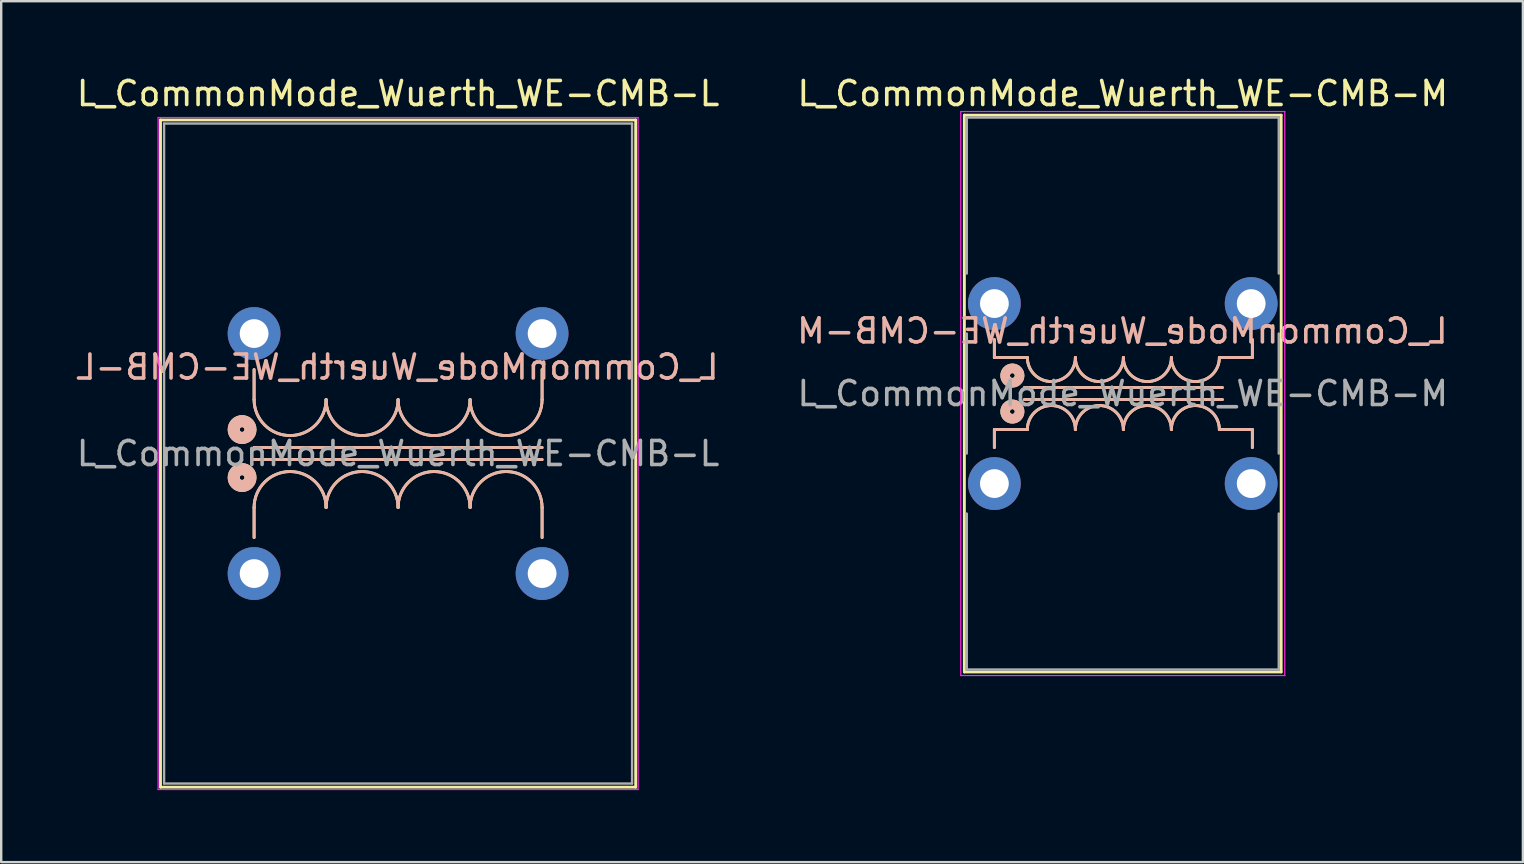
<source format=kicad_pcb>
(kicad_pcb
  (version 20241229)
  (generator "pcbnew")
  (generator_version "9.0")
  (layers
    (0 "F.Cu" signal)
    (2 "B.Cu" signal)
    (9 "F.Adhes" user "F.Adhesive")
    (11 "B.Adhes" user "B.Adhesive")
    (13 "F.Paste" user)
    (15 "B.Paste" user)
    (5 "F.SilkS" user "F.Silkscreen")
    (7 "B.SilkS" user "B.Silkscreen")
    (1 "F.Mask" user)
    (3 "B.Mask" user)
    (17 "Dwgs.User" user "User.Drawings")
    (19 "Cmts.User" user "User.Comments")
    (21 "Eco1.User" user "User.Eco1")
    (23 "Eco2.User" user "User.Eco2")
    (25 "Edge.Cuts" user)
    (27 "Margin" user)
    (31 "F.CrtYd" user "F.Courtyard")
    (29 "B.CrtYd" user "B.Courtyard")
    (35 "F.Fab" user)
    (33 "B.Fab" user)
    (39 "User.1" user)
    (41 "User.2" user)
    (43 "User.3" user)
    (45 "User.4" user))
  (footprint "L_CommonMode_Wuerth_WE-CMB-M"
    (layer "F.Cu")
    (at 38.382 9.598)
    (property "Reference" "L_CommonMode_Wuerth_WE-CMB-M" (at 5.35 -8.75 0) (layer "F.SilkS") (effects (font (size 1 1) (thickness 0.15))))
    (fp_line (start -1.25 -7.85) (end 11.95 -7.85) (stroke (width 0.12) (type solid)) (layer "F.SilkS"))
    (fp_line (start -1.25 15.35) (end -1.25 -7.85) (stroke (width 0.12) (type solid)) (layer "F.SilkS"))
    (fp_line (start 0 1.5) (end 0 2.25) (stroke (width 0.12) (type solid)) (layer "F.SilkS"))
    (fp_line (start 0 2.25) (end 1.375 2.25) (stroke (width 0.12) (type solid)) (layer "F.SilkS"))
    (fp_line (start 0 6) (end 0 5.25) (stroke (width 0.12) (type solid)) (layer "F.SilkS"))
    (fp_line (start 1.25 3.5) (end 9.5 3.5) (stroke (width 0.12) (type solid)) (layer "F.SilkS"))
    (fp_line (start 1.375 5.25) (end 0 5.25) (stroke (width 0.12) (type solid)) (layer "F.SilkS"))
    (fp_line (start 9.375 2.25) (end 10.75 2.25) (stroke (width 0.12) (type solid)) (layer "F.SilkS"))
    (fp_line (start 9.5 4) (end 1.25 4) (stroke (width 0.12) (type solid)) (layer "F.SilkS"))
    (fp_line (start 10.75 1.5) (end 10.75 2.25) (stroke (width 0.12) (type solid)) (layer "F.SilkS"))
    (fp_line (start 10.75 5.25) (end 9.375 5.25) (stroke (width 0.12) (type solid)) (layer "F.SilkS"))
    (fp_line (start 10.75 6) (end 10.75 5.25) (stroke (width 0.12) (type solid)) (layer "F.SilkS"))
    (fp_line (start 11.95 -7.85) (end 11.95 15.35) (stroke (width 0.12) (type solid)) (layer "F.SilkS"))
    (fp_line (start 11.95 15.35) (end -1.25 15.35) (stroke (width 0.12) (type solid)) (layer "F.SilkS"))
    (fp_arc (start 1.375 5.25) (mid 2.375 4.25) (end 3.375 5.25) (stroke (width 0.12) (type solid)) (layer "F.SilkS"))
    (fp_arc (start 3.375 2.25) (mid 2.375 3.25) (end 1.375 2.25) (stroke (width 0.12) (type solid)) (layer "F.SilkS"))
    (fp_arc (start 3.375 5.25) (mid 4.375 4.25) (end 5.375 5.25) (stroke (width 0.12) (type solid)) (layer "F.SilkS"))
    (fp_arc (start 5.375 2.25) (mid 4.375 3.25) (end 3.375 2.25) (stroke (width 0.12) (type solid)) (layer "F.SilkS"))
    (fp_arc (start 5.375 5.25) (mid 6.375 4.25) (end 7.375 5.25) (stroke (width 0.12) (type solid)) (layer "F.SilkS"))
    (fp_arc (start 7.375 2.25) (mid 6.375 3.25) (end 5.375 2.25) (stroke (width 0.12) (type solid)) (layer "F.SilkS"))
    (fp_arc (start 7.375 5.25) (mid 8.375 4.25) (end 9.375 5.25) (stroke (width 0.12) (type solid)) (layer "F.SilkS"))
    (fp_arc (start 9.375 2.25) (mid 8.375 3.25) (end 7.375 2.25) (stroke (width 0.12) (type solid)) (layer "F.SilkS"))
    (fp_circle (center 0.75 3) (end 0.85 3) (stroke (width 0.4) (type solid)) (fill no) (layer "F.SilkS"))
    (fp_circle (center 0.75 4.5) (end 0.85 4.5) (stroke (width 0.4) (type solid)) (fill no) (layer "F.SilkS"))
    (fp_line (start 0 1.5) (end 0 2.25) (stroke (width 0.12) (type solid)) (layer "B.SilkS"))
    (fp_line (start 0 5.25) (end 1.375 5.25) (stroke (width 0.12) (type solid)) (layer "B.SilkS"))
    (fp_line (start 0 6) (end 0 5.25) (stroke (width 0.12) (type solid)) (layer "B.SilkS"))
    (fp_line (start 1.25 4) (end 9.5 4) (stroke (width 0.12) (type solid)) (layer "B.SilkS"))
    (fp_line (start 1.375 2.25) (end 0 2.25) (stroke (width 0.12) (type solid)) (layer "B.SilkS"))
    (fp_line (start 9.375 5.25) (end 10.75 5.25) (stroke (width 0.12) (type solid)) (layer "B.SilkS"))
    (fp_line (start 9.5 3.5) (end 1.25 3.5) (stroke (width 0.12) (type solid)) (layer "B.SilkS"))
    (fp_line (start 10.75 1.5) (end 10.75 2.25) (stroke (width 0.12) (type solid)) (layer "B.SilkS"))
    (fp_line (start 10.75 2.25) (end 9.375 2.25) (stroke (width 0.12) (type solid)) (layer "B.SilkS"))
    (fp_line (start 10.75 6) (end 10.75 5.25) (stroke (width 0.12) (type solid)) (layer "B.SilkS"))
    (fp_arc (start 1.375 5.25) (mid 2.375 4.25) (end 3.375 5.25) (stroke (width 0.12) (type solid)) (layer "B.SilkS"))
    (fp_arc (start 3.375 2.25) (mid 2.375 3.25) (end 1.375 2.25) (stroke (width 0.12) (type solid)) (layer "B.SilkS"))
    (fp_arc (start 3.375 5.25) (mid 4.375 4.25) (end 5.375 5.25) (stroke (width 0.12) (type solid)) (layer "B.SilkS"))
    (fp_arc (start 5.375 2.25) (mid 4.375 3.25) (end 3.375 2.25) (stroke (width 0.12) (type solid)) (layer "B.SilkS"))
    (fp_arc (start 5.375 5.25) (mid 6.375 4.25) (end 7.375 5.25) (stroke (width 0.12) (type solid)) (layer "B.SilkS"))
    (fp_arc (start 7.375 2.25) (mid 6.375 3.25) (end 5.375 2.25) (stroke (width 0.12) (type solid)) (layer "B.SilkS"))
    (fp_arc (start 7.375 5.25) (mid 8.375 4.25) (end 9.375 5.25) (stroke (width 0.12) (type solid)) (layer "B.SilkS"))
    (fp_arc (start 9.375 2.25) (mid 8.375 3.25) (end 7.375 2.25) (stroke (width 0.12) (type solid)) (layer "B.SilkS"))
    (fp_circle (center 0.75 3) (end 0.85 3) (stroke (width 0.4) (type solid)) (fill no) (layer "B.SilkS"))
    (fp_circle (center 0.75 4.5) (end 0.85 4.5) (stroke (width 0.4) (type solid)) (fill no) (layer "B.SilkS"))
    (fp_line (start -1.4 -8) (end 12.1 -8) (stroke (width 0.05) (type solid)) (layer "F.CrtYd"))
    (fp_line (start -1.4 15.5) (end -1.4 -8) (stroke (width 0.05) (type solid)) (layer "F.CrtYd"))
    (fp_line (start 12.1 -8) (end 12.1 15.5) (stroke (width 0.05) (type solid)) (layer "F.CrtYd"))
    (fp_line (start 12.1 15.5) (end -1.4 15.5) (stroke (width 0.05) (type solid)) (layer "F.CrtYd"))
    (fp_line (start -1.15 -7.75) (end 11.85 -7.75) (stroke (width 0.1) (type solid)) (layer "F.Fab"))
    (fp_line (start -1.15 -1.25) (end -1.15 -7.75) (stroke (width 0.1) (type solid)) (layer "F.Fab"))
    (fp_line (start -1.15 6.25) (end -1.15 1.25) (stroke (width 0.1) (type solid)) (layer "F.Fab"))
    (fp_line (start -1.15 15.25) (end -1.15 8.75) (stroke (width 0.1) (type solid)) (layer "F.Fab"))
    (fp_line (start 11.85 -7.75) (end 11.85 -1.25) (stroke (width 0.1) (type solid)) (layer "F.Fab"))
    (fp_line (start 11.85 1.25) (end 11.85 6.25) (stroke (width 0.1) (type solid)) (layer "F.Fab"))
    (fp_line (start 11.85 8.75) (end 11.85 15.25) (stroke (width 0.1) (type solid)) (layer "F.Fab"))
    (fp_line (start 11.85 15.25) (end -1.15 15.25) (stroke (width 0.1) (type solid)) (layer "F.Fab"))
    (fp_text user "${REFERENCE}" (at 5.334 1.143 0) (layer "B.SilkS") (effects (font (size 1 1) (thickness 0.15)) (justify mirror)))
    (fp_text user "${REFERENCE}" (at 5.35 3.75 0) (layer "F.Fab") (effects (font (size 1 1) (thickness 0.15))))
    (pad "1" thru_hole circle (at 0 0) (size 2.2 2.2) (drill 1.2) (layers "*.Cu" "*.Mask"))
    (pad "2" thru_hole circle (at 10.7 0) (size 2.2 2.2) (drill 1.2) (layers "*.Cu" "*.Mask"))
    (pad "3" thru_hole circle (at 10.7 7.5) (size 2.2 2.2) (drill 1.2) (layers "*.Cu" "*.Mask"))
    (pad "4" thru_hole circle (at 0 7.5) (size 2.2 2.2) (drill 1.2) (layers "*.Cu" "*.Mask")))
  (footprint "L_CommonMode_Wuerth_WE-CMB-L"
    (layer "F.Cu")
    (at 7.537 10.848)
    (property "Reference" "L_CommonMode_Wuerth_WE-CMB-L" (at 6 -10 0) (layer "F.SilkS") (effects (font (size 1 1) (thickness 0.15))))
    (fp_line (start -3.9 18.9) (end -3.9 -8.9) (stroke (width 0.12) (type solid)) (layer "F.SilkS"))
    (fp_line (start -3.9 18.9) (end 15.9 18.9) (stroke (width 0.12) (type solid)) (layer "F.SilkS"))
    (fp_line (start 0 2.75) (end 0 1.5) (stroke (width 0.12) (type solid)) (layer "F.SilkS"))
    (fp_line (start 0 4.75) (end 12 4.75) (stroke (width 0.12) (type solid)) (layer "F.SilkS"))
    (fp_line (start 0 7.25) (end 0 8.5) (stroke (width 0.12) (type solid)) (layer "F.SilkS"))
    (fp_line (start 12 2.75) (end 12 1.5) (stroke (width 0.12) (type solid)) (layer "F.SilkS"))
    (fp_line (start 12 5.25) (end 0 5.25) (stroke (width 0.12) (type solid)) (layer "F.SilkS"))
    (fp_line (start 12 7.25) (end 12 8.5) (stroke (width 0.12) (type solid)) (layer "F.SilkS"))
    (fp_line (start 15.9 -8.9) (end -3.9 -8.9) (stroke (width 0.12) (type solid)) (layer "F.SilkS"))
    (fp_line (start 15.9 18.9) (end 15.9 -8.9) (stroke (width 0.12) (type solid)) (layer "F.SilkS"))
    (fp_arc (start 0 7.25) (mid 1.5 5.75) (end 3 7.25) (stroke (width 0.12) (type solid)) (layer "F.SilkS"))
    (fp_arc (start 3 2.75) (mid 1.5 4.25) (end 0 2.75) (stroke (width 0.12) (type solid)) (layer "F.SilkS"))
    (fp_arc (start 3 7.25) (mid 4.5 5.75) (end 6 7.25) (stroke (width 0.12) (type solid)) (layer "F.SilkS"))
    (fp_arc (start 6 2.75) (mid 4.5 4.25) (end 3 2.75) (stroke (width 0.12) (type solid)) (layer "F.SilkS"))
    (fp_arc (start 6 7.25) (mid 7.5 5.75) (end 9 7.25) (stroke (width 0.12) (type solid)) (layer "F.SilkS"))
    (fp_arc (start 9 2.75) (mid 7.5 4.25) (end 6 2.75) (stroke (width 0.12) (type solid)) (layer "F.SilkS"))
    (fp_arc (start 9 7.25) (mid 10.5 5.75) (end 12 7.25) (stroke (width 0.12) (type solid)) (layer "F.SilkS"))
    (fp_arc (start 12 2.75) (mid 10.5 4.25) (end 9 2.75) (stroke (width 0.12) (type solid)) (layer "F.SilkS"))
    (fp_circle (center -0.5 4) (end -0.4 4) (stroke (width 0.5) (type solid)) (fill no) (layer "F.SilkS"))
    (fp_circle (center -0.5 6) (end -0.4 6) (stroke (width 0.5) (type solid)) (fill no) (layer "F.SilkS"))
    (fp_line (start 0 2.75) (end 0 1.5) (stroke (width 0.12) (type solid)) (layer "B.SilkS"))
    (fp_line (start 0 5.25) (end 12 5.25) (stroke (width 0.12) (type solid)) (layer "B.SilkS"))
    (fp_line (start 0 7.25) (end 0 8.5) (stroke (width 0.12) (type solid)) (layer "B.SilkS"))
    (fp_line (start 12 2.75) (end 12 1.5) (stroke (width 0.12) (type solid)) (layer "B.SilkS"))
    (fp_line (start 12 4.75) (end 0 4.75) (stroke (width 0.12) (type solid)) (layer "B.SilkS"))
    (fp_line (start 12 7.25) (end 12 8.5) (stroke (width 0.12) (type solid)) (layer "B.SilkS"))
    (fp_arc (start 0 7.25) (mid 1.5 5.75) (end 3 7.25) (stroke (width 0.12) (type solid)) (layer "B.SilkS"))
    (fp_arc (start 3 2.75) (mid 1.5 4.25) (end 0 2.75) (stroke (width 0.12) (type solid)) (layer "B.SilkS"))
    (fp_arc (start 3 7.25) (mid 4.5 5.75) (end 6 7.25) (stroke (width 0.12) (type solid)) (layer "B.SilkS"))
    (fp_arc (start 6 2.75) (mid 4.5 4.25) (end 3 2.75) (stroke (width 0.12) (type solid)) (layer "B.SilkS"))
    (fp_arc (start 6 7.25) (mid 7.5 5.75) (end 9 7.25) (stroke (width 0.12) (type solid)) (layer "B.SilkS"))
    (fp_arc (start 9 2.75) (mid 7.5 4.25) (end 6 2.75) (stroke (width 0.12) (type solid)) (layer "B.SilkS"))
    (fp_arc (start 9 7.25) (mid 10.5 5.75) (end 12 7.25) (stroke (width 0.12) (type solid)) (layer "B.SilkS"))
    (fp_arc (start 12 2.75) (mid 10.5 4.25) (end 9 2.75) (stroke (width 0.12) (type solid)) (layer "B.SilkS"))
    (fp_circle (center -0.5 4) (end -0.4 4) (stroke (width 0.5) (type solid)) (fill no) (layer "B.SilkS"))
    (fp_circle (center -0.5 6) (end -0.4 6) (stroke (width 0.5) (type solid)) (fill no) (layer "B.SilkS"))
    (fp_line (start -4 -9) (end -4 19) (stroke (width 0.05) (type solid)) (layer "F.CrtYd"))
    (fp_line (start -4 19) (end 16 19) (stroke (width 0.05) (type solid)) (layer "F.CrtYd"))
    (fp_line (start 16 -9) (end -4 -9) (stroke (width 0.05) (type solid)) (layer "F.CrtYd"))
    (fp_line (start 16 19) (end 16 -9) (stroke (width 0.05) (type solid)) (layer "F.CrtYd"))
    (fp_line (start -3.75 -8.75) (end -3.75 18.75) (stroke (width 0.1) (type solid)) (layer "F.Fab"))
    (fp_line (start 15.75 -8.75) (end -3.75 -8.75) (stroke (width 0.1) (type solid)) (layer "F.Fab"))
    (fp_line (start 15.75 -8.75) (end 15.75 18.75) (stroke (width 0.1) (type solid)) (layer "F.Fab"))
    (fp_line (start 15.75 18.75) (end -3.75 18.75) (stroke (width 0.1) (type solid)) (layer "F.Fab"))
    (fp_text user "${REFERENCE}" (at 5.969 1.397 0) (layer "B.SilkS") (effects (font (size 1 1) (thickness 0.15)) (justify mirror)))
    (fp_text user "${REFERENCE}" (at 6 5 0) (layer "F.Fab") (effects (font (size 1 1) (thickness 0.15))))
    (pad "2" thru_hole circle (at 0 0) (size 2.2 2.2) (drill 1.2) (layers "*.Cu" "*.Mask"))
    (pad "4" thru_hole circle (at 0 10) (size 2.2 2.2) (drill 1.2) (layers "*.Cu" "*.Mask"))
    (pad "7" thru_hole circle (at 12 10) (size 2.2 2.2) (drill 1.2) (layers "*.Cu" "*.Mask"))
    (pad "9" thru_hole circle (at 12 0) (size 2.2 2.2) (drill 1.2) (layers "*.Cu" "*.Mask")))
  (gr_rect
    (start -3 -3)
    (end 60.404 32.873)
    (stroke (width 0.1) (type default))
    (fill no)
    (layer "Edge.Cuts")))
</source>
